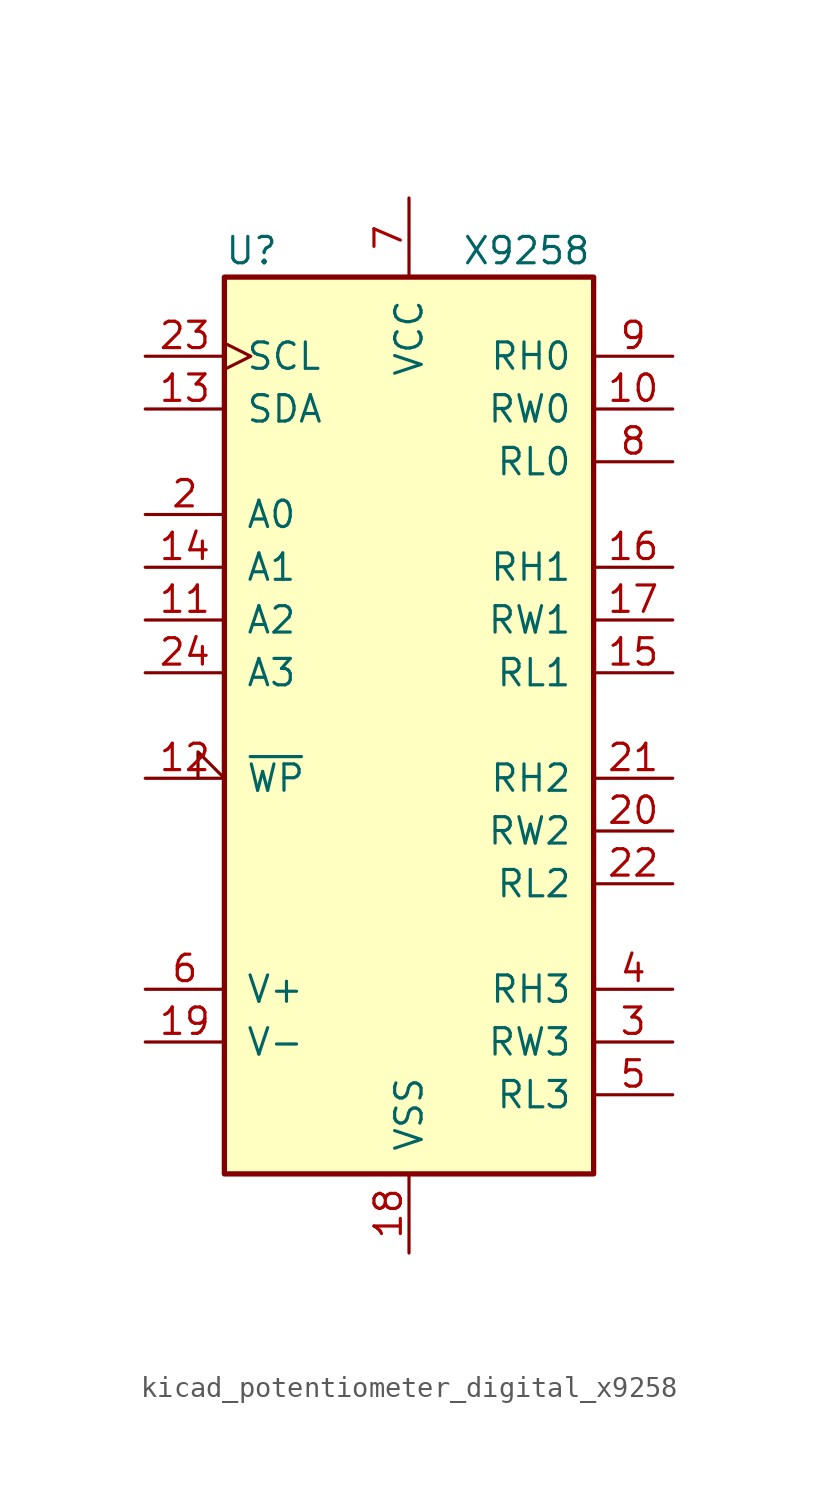
<source format=kicad_sym>
(kicad_symbol_lib
  (version 20220914)
  (generator kicad_symbol_editor)
  (symbol "kicad_potentiometer_digital_x9258"
    (pin_names
      (offset 1.016))
    (property "Reference" "U"
      (at -8.89 22.86 0)
      (effects (font (size 1.27 1.27)) (justify left)))
    (property "Value" "X9258"
      (at 2.54 22.86 0)
      (effects (font (size 1.27 1.27)) (justify left)))
    (symbol "kicad_potentiometer_digital_x9258_0_0"
      (pin input line (at -12.7 5.08 0) (length 3.81) (name "A2" (effects (font (size 1.27 1.27)))) (number "11" (effects (font (size 1.27 1.27)))))
      (pin bidirectional line (at -12.7 15.24 0) (length 3.81) (name "SDA" (effects (font (size 1.27 1.27)))) (number "13" (effects (font (size 1.27 1.27)))))
      (pin input line (at -12.7 7.62 0) (length 3.81) (name "A1" (effects (font (size 1.27 1.27)))) (number "14" (effects (font (size 1.27 1.27)))))
      (pin power_in line (at 0 -25.4 90) (length 3.81) (name "VSS" (effects (font (size 1.27 1.27)))) (number "18" (effects (font (size 1.27 1.27)))))
      (pin passive line (at -12.7 -15.24 0) (length 3.81) (name "V-" (effects (font (size 1.27 1.27)))) (number "19" (effects (font (size 1.27 1.27)))))
      (pin input line (at -12.7 10.16 0) (length 3.81) (name "A0" (effects (font (size 1.27 1.27)))) (number "2" (effects (font (size 1.27 1.27)))))
      (pin input clock (at -12.7 17.78 0) (length 3.81) (name "SCL" (effects (font (size 1.27 1.27)))) (number "23" (effects (font (size 1.27 1.27)))))
      (pin input line (at -12.7 2.54 0) (length 3.81) (name "A3" (effects (font (size 1.27 1.27)))) (number "24" (effects (font (size 1.27 1.27)))))
      (pin passive line (at -12.7 -12.7 0) (length 3.81) (name "V+" (effects (font (size 1.27 1.27)))) (number "6" (effects (font (size 1.27 1.27)))))
      (pin power_in line (at 0 25.4 270) (length 3.81) (name "VCC" (effects (font (size 1.27 1.27)))) (number "7" (effects (font (size 1.27 1.27))))))
    (symbol "kicad_potentiometer_digital_x9258_0_1"
      (rectangle (start -8.89 21.59) (end 8.89 -21.59) (stroke (width 0.254) (type default)) (fill (type background))))
    (symbol "kicad_potentiometer_digital_x9258_1_1"
      (pin passive line (at 12.7 15.24 180) (length 3.81) (name "RW0" (effects (font (size 1.27 1.27)))) (number "10" (effects (font (size 1.27 1.27)))))
      (pin input input_low (at -12.7 -2.54 0) (length 3.81) (name "~{WP}" (effects (font (size 1.27 1.27)))) (number "12" (effects (font (size 1.27 1.27)))))
      (pin passive line (at 12.7 2.54 180) (length 3.81) (name "RL1" (effects (font (size 1.27 1.27)))) (number "15" (effects (font (size 1.27 1.27)))))
      (pin passive line (at 12.7 7.62 180) (length 3.81) (name "RH1" (effects (font (size 1.27 1.27)))) (number "16" (effects (font (size 1.27 1.27)))))
      (pin passive line (at 12.7 5.08 180) (length 3.81) (name "RW1" (effects (font (size 1.27 1.27)))) (number "17" (effects (font (size 1.27 1.27)))))
      (pin passive line (at 12.7 -5.08 180) (length 3.81) (name "RW2" (effects (font (size 1.27 1.27)))) (number "20" (effects (font (size 1.27 1.27)))))
      (pin passive line (at 12.7 -2.54 180) (length 3.81) (name "RH2" (effects (font (size 1.27 1.27)))) (number "21" (effects (font (size 1.27 1.27)))))
      (pin passive line (at 12.7 -7.62 180) (length 3.81) (name "RL2" (effects (font (size 1.27 1.27)))) (number "22" (effects (font (size 1.27 1.27)))))
      (pin passive line (at 12.7 -15.24 180) (length 3.81) (name "RW3" (effects (font (size 1.27 1.27)))) (number "3" (effects (font (size 1.27 1.27)))))
      (pin passive line (at 12.7 -12.7 180) (length 3.81) (name "RH3" (effects (font (size 1.27 1.27)))) (number "4" (effects (font (size 1.27 1.27)))))
      (pin passive line (at 12.7 -17.78 180) (length 3.81) (name "RL3" (effects (font (size 1.27 1.27)))) (number "5" (effects (font (size 1.27 1.27)))))
      (pin passive line (at 12.7 12.7 180) (length 3.81) (name "RL0" (effects (font (size 1.27 1.27)))) (number "8" (effects (font (size 1.27 1.27)))))
      (pin passive line (at 12.7 17.78 180) (length 3.81) (name "RH0" (effects (font (size 1.27 1.27)))) (number "9" (effects (font (size 1.27 1.27))))))))
</source>
